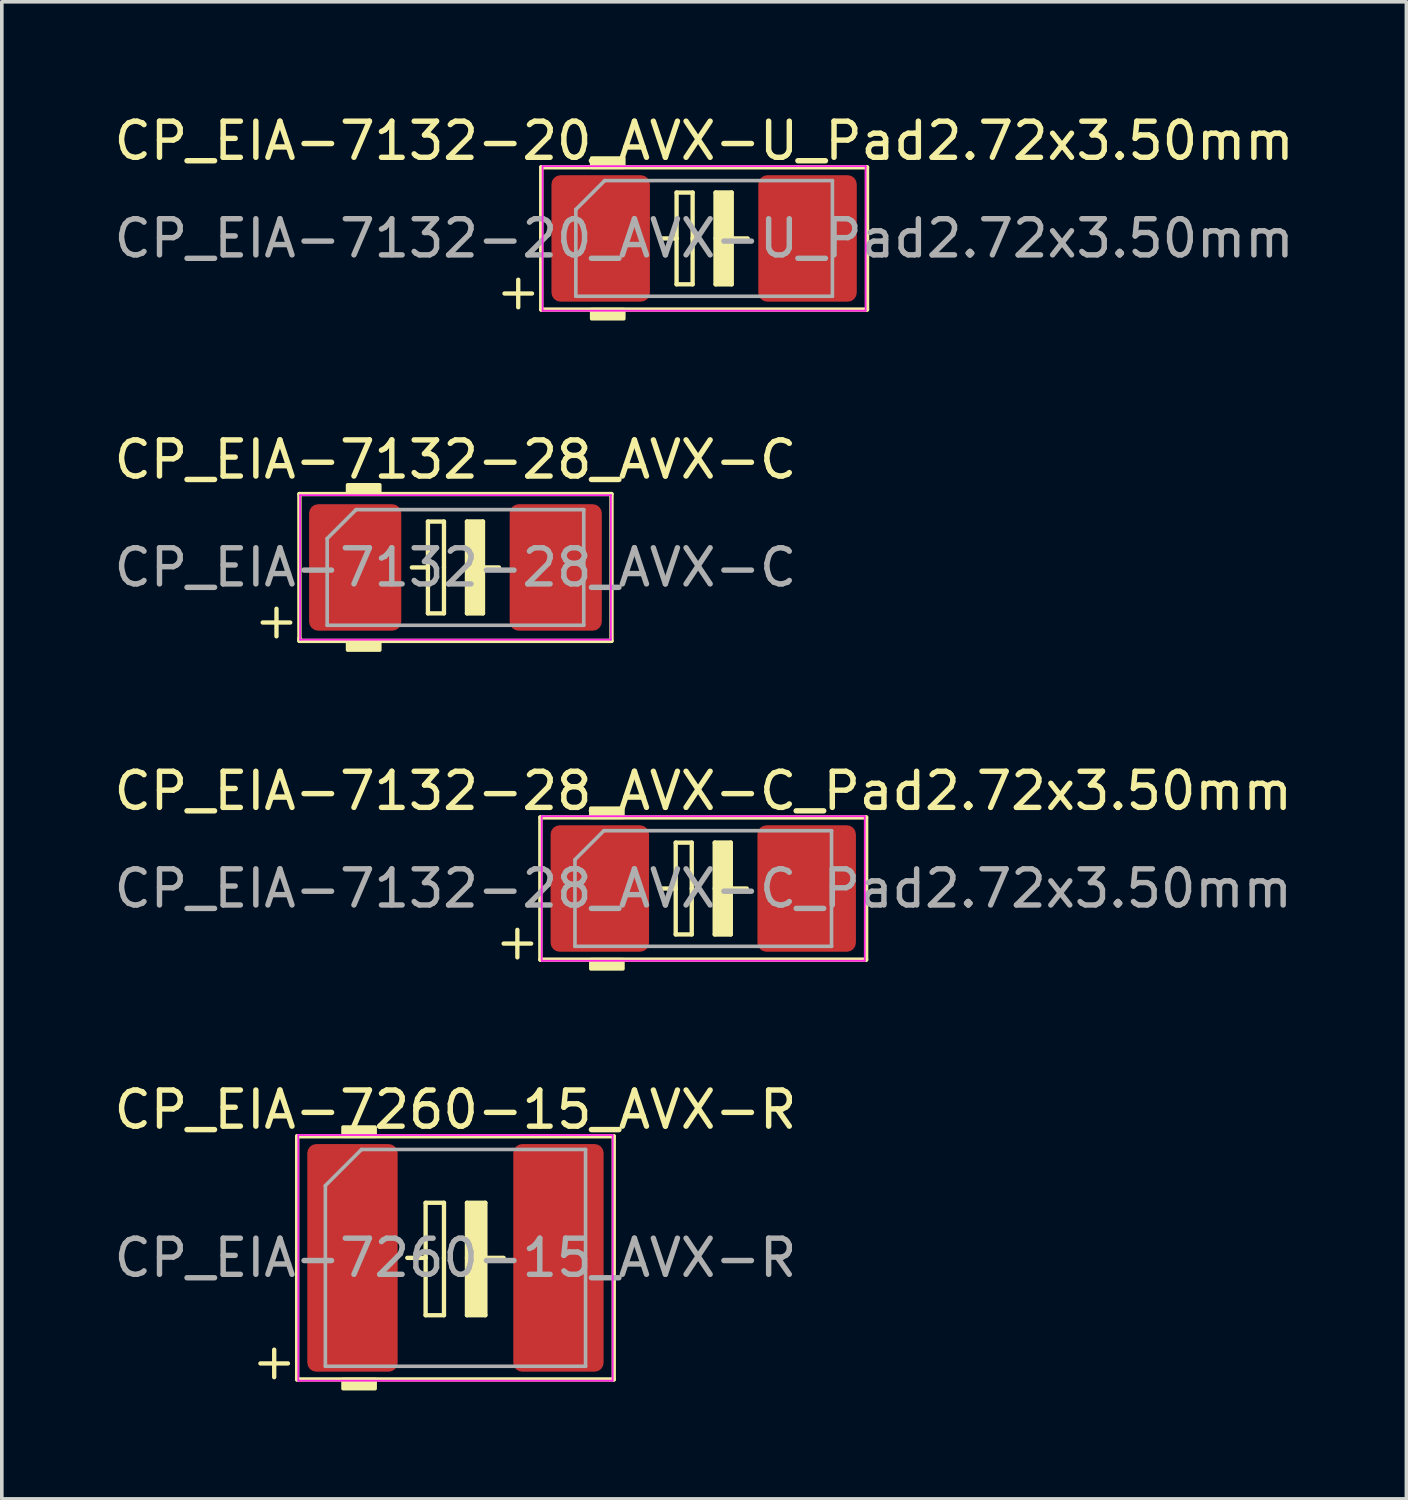
<source format=kicad_pcb>
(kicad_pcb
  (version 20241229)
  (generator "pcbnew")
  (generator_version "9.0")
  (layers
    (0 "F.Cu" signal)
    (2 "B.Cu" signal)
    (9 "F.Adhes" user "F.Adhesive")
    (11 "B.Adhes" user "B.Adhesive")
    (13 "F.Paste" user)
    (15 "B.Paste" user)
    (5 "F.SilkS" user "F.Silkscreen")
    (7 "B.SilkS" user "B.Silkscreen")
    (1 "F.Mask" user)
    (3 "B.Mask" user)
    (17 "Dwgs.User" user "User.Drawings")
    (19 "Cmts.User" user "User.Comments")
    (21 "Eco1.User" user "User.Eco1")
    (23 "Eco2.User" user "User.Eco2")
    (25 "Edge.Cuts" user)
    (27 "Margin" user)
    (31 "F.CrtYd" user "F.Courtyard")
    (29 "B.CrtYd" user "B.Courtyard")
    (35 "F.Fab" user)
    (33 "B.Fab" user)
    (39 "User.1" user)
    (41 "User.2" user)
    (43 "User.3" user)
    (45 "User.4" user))
  (footprint "CP_EIA-7132-28_AVX-C"
    (layer "F.Cu")
    (at 9.554 12.653)
    (property "Reference" "CP_EIA-7132-28_AVX-C" (at 0 -2.985 0) (layer "F.SilkS") (effects (font (size 1 1) (thickness 0.15))))
    (attr smd)
    (fp_line (start -5.334 1.524) (end -4.572 1.524) (stroke (width 0.12) (type solid)) (layer "F.SilkS"))
    (fp_line (start -4.953 1.143) (end -4.953 1.905) (stroke (width 0.12) (type solid)) (layer "F.SilkS"))
    (fp_line (start -4.318 -2.032) (end -4.318 1.968) (stroke (width 0.12) (type solid)) (layer "F.SilkS"))
    (fp_line (start -4.318 1.968) (end -4.318 2.032) (stroke (width 0.12) (type solid)) (layer "F.SilkS"))
    (fp_line (start -4.318 2.032) (end 4.318 2.032) (stroke (width 0.12) (type solid)) (layer "F.SilkS"))
    (fp_line (start -0.762 -1.27) (end -0.762 0) (stroke (width 0.12) (type solid)) (layer "F.SilkS"))
    (fp_line (start -0.762 0) (end -1.206 0) (stroke (width 0.12) (type solid)) (layer "F.SilkS"))
    (fp_line (start -0.762 1.27) (end -0.762 0) (stroke (width 0.12) (type solid)) (layer "F.SilkS"))
    (fp_line (start -0.318 -1.27) (end -0.762 -1.27) (stroke (width 0.12) (type solid)) (layer "F.SilkS"))
    (fp_line (start -0.318 -1.27) (end -0.318 0) (stroke (width 0.12) (type solid)) (layer "F.SilkS"))
    (fp_line (start -0.318 1.27) (end -0.762 1.27) (stroke (width 0.12) (type solid)) (layer "F.SilkS"))
    (fp_line (start -0.318 1.27) (end -0.318 0) (stroke (width 0.12) (type solid)) (layer "F.SilkS"))
    (fp_line (start 0.318 -1.27) (end 0.318 0) (stroke (width 0.12) (type solid)) (layer "F.SilkS"))
    (fp_line (start 0.318 1.27) (end 0.318 0) (stroke (width 0.12) (type solid)) (layer "F.SilkS"))
    (fp_line (start 0.762 -1.27) (end 0.318 -1.27) (stroke (width 0.12) (type solid)) (layer "F.SilkS"))
    (fp_line (start 0.762 -1.27) (end 0.762 0) (stroke (width 0.12) (type solid)) (layer "F.SilkS"))
    (fp_line (start 0.762 0) (end 1.206 0) (stroke (width 0.12) (type solid)) (layer "F.SilkS"))
    (fp_line (start 0.762 1.27) (end 0.318 1.27) (stroke (width 0.12) (type solid)) (layer "F.SilkS"))
    (fp_line (start 0.762 1.27) (end 0.762 0) (stroke (width 0.12) (type solid)) (layer "F.SilkS"))
    (fp_line (start 4.318 -2.032) (end -4.318 -2.032) (stroke (width 0.12) (type solid)) (layer "F.SilkS"))
    (fp_line (start 4.318 2.032) (end 4.318 -2.032) (stroke (width 0.12) (type solid)) (layer "F.SilkS"))
    (fp_poly (pts (xy -2.095 -2.032) (xy -2.985 -2.032) (xy -2.985 -2.286) (xy -2.095 -2.286)) (stroke (width 0.1) (type solid)) (fill yes) (layer "F.SilkS"))
    (fp_poly (pts (xy -2.095 2.286) (xy -2.985 2.286) (xy -2.985 2.032) (xy -2.095 2.032)) (stroke (width 0.1) (type solid)) (fill yes) (layer "F.SilkS"))
    (fp_poly (pts (xy 0.762 1.27) (xy 0.318 1.27) (xy 0.318 -1.27) (xy 0.762 -1.27)) (stroke (width 0.1) (type solid)) (fill yes) (layer "F.SilkS"))
    (fp_line (start -4.3 -2) (end 4.3 -2) (stroke (width 0.05) (type solid)) (layer "F.CrtYd"))
    (fp_line (start -4.3 2) (end -4.3 -2) (stroke (width 0.05) (type solid)) (layer "F.CrtYd"))
    (fp_line (start 4.3 -2) (end 4.3 2) (stroke (width 0.05) (type solid)) (layer "F.CrtYd"))
    (fp_line (start 4.3 2) (end -4.3 2) (stroke (width 0.05) (type solid)) (layer "F.CrtYd"))
    (fp_line (start -3.55 -0.8) (end -3.55 1.6) (stroke (width 0.1) (type solid)) (layer "F.Fab"))
    (fp_line (start -3.55 1.6) (end 3.55 1.6) (stroke (width 0.1) (type solid)) (layer "F.Fab"))
    (fp_line (start -2.75 -1.6) (end -3.55 -0.8) (stroke (width 0.1) (type solid)) (layer "F.Fab"))
    (fp_line (start 3.55 -1.6) (end -2.75 -1.6) (stroke (width 0.1) (type solid)) (layer "F.Fab"))
    (fp_line (start 3.55 1.6) (end 3.55 -1.6) (stroke (width 0.1) (type solid)) (layer "F.Fab"))
    (fp_text user "${REFERENCE}" (at 0 0 0) (layer "F.Fab") (effects (font (size 1 1) (thickness 0.15))))
    (pad "1" smd roundrect (at -2.775 0) (size 2.55 3.5) (layers "F.Cu" "F.Mask" "F.Paste") (roundrect_rratio 0.098))
    (pad "2" smd roundrect (at 2.775 0) (size 2.55 3.5) (layers "F.Cu" "F.Mask" "F.Paste") (roundrect_rratio 0.098)))
  (footprint "CP_EIA-7132-28_AVX-C_Pad2.72x3.50mm"
    (layer "F.Cu")
    (at 16.411 21.538)
    (property "Reference" "CP_EIA-7132-28_AVX-C_Pad2.72x3.50mm" (at 0 -2.7 0) (layer "F.SilkS") (effects (font (size 1 1) (thickness 0.15))))
    (attr smd)
    (fp_line (start -5.524 1.524) (end -4.763 1.524) (stroke (width 0.12) (type solid)) (layer "F.SilkS"))
    (fp_line (start -5.144 1.143) (end -5.144 1.905) (stroke (width 0.12) (type solid)) (layer "F.SilkS"))
    (fp_line (start -4.508 -1.968) (end 4.508 -1.968) (stroke (width 0.12) (type solid)) (layer "F.SilkS"))
    (fp_line (start -4.508 1.968) (end -4.508 -1.968) (stroke (width 0.12) (type solid)) (layer "F.SilkS"))
    (fp_line (start -0.762 -1.27) (end -0.762 0) (stroke (width 0.12) (type solid)) (layer "F.SilkS"))
    (fp_line (start -0.762 0) (end -1.206 0) (stroke (width 0.12) (type solid)) (layer "F.SilkS"))
    (fp_line (start -0.762 1.27) (end -0.762 0) (stroke (width 0.12) (type solid)) (layer "F.SilkS"))
    (fp_line (start -0.318 -1.27) (end -0.762 -1.27) (stroke (width 0.12) (type solid)) (layer "F.SilkS"))
    (fp_line (start -0.318 -1.27) (end -0.318 0) (stroke (width 0.12) (type solid)) (layer "F.SilkS"))
    (fp_line (start -0.318 1.27) (end -0.762 1.27) (stroke (width 0.12) (type solid)) (layer "F.SilkS"))
    (fp_line (start -0.318 1.27) (end -0.318 0) (stroke (width 0.12) (type solid)) (layer "F.SilkS"))
    (fp_line (start 0.318 -1.27) (end 0.318 0) (stroke (width 0.12) (type solid)) (layer "F.SilkS"))
    (fp_line (start 0.318 1.27) (end 0.318 0) (stroke (width 0.12) (type solid)) (layer "F.SilkS"))
    (fp_line (start 0.762 -1.27) (end 0.318 -1.27) (stroke (width 0.12) (type solid)) (layer "F.SilkS"))
    (fp_line (start 0.762 -1.27) (end 0.762 0) (stroke (width 0.12) (type solid)) (layer "F.SilkS"))
    (fp_line (start 0.762 0) (end 1.206 0) (stroke (width 0.12) (type solid)) (layer "F.SilkS"))
    (fp_line (start 0.762 1.27) (end 0.318 1.27) (stroke (width 0.12) (type solid)) (layer "F.SilkS"))
    (fp_line (start 0.762 1.27) (end 0.762 0) (stroke (width 0.12) (type solid)) (layer "F.SilkS"))
    (fp_line (start 4.508 -1.968) (end 4.508 1.968) (stroke (width 0.12) (type solid)) (layer "F.SilkS"))
    (fp_line (start 4.508 1.968) (end -4.508 1.968) (stroke (width 0.12) (type solid)) (layer "F.SilkS"))
    (fp_poly (pts (xy -2.223 -1.968) (xy -3.111 -1.968) (xy -3.111 -2.223) (xy -2.223 -2.223)) (stroke (width 0.1) (type solid)) (fill yes) (layer "F.SilkS"))
    (fp_poly (pts (xy -2.223 2.223) (xy -3.111 2.223) (xy -3.111 1.968) (xy -2.223 1.968)) (stroke (width 0.1) (type solid)) (fill yes) (layer "F.SilkS"))
    (fp_poly (pts (xy 0.762 1.27) (xy 0.318 1.27) (xy 0.318 -1.27) (xy 0.762 -1.27)) (stroke (width 0.1) (type solid)) (fill yes) (layer "F.SilkS"))
    (fp_line (start -4.47 -2) (end 4.47 -2) (stroke (width 0.05) (type solid)) (layer "F.CrtYd"))
    (fp_line (start -4.47 2) (end -4.47 -2) (stroke (width 0.05) (type solid)) (layer "F.CrtYd"))
    (fp_line (start 4.47 -2) (end 4.47 2) (stroke (width 0.05) (type solid)) (layer "F.CrtYd"))
    (fp_line (start 4.47 2) (end -4.47 2) (stroke (width 0.05) (type solid)) (layer "F.CrtYd"))
    (fp_line (start -3.55 -0.8) (end -3.55 1.6) (stroke (width 0.1) (type solid)) (layer "F.Fab"))
    (fp_line (start -3.55 1.6) (end 3.55 1.6) (stroke (width 0.1) (type solid)) (layer "F.Fab"))
    (fp_line (start -2.75 -1.6) (end -3.55 -0.8) (stroke (width 0.1) (type solid)) (layer "F.Fab"))
    (fp_line (start 3.55 -1.6) (end -2.75 -1.6) (stroke (width 0.1) (type solid)) (layer "F.Fab"))
    (fp_line (start 3.55 1.6) (end 3.55 -1.6) (stroke (width 0.1) (type solid)) (layer "F.Fab"))
    (fp_text user "${REFERENCE}" (at 0 0 0) (layer "F.Fab") (effects (font (size 1 1) (thickness 0.15))))
    (pad "1" smd roundrect (at -2.862 0) (size 2.725 3.5) (layers "F.Cu" "F.Mask" "F.Paste") (roundrect_rratio 0.092))
    (pad "2" smd roundrect (at 2.862 0) (size 2.725 3.5) (layers "F.Cu" "F.Mask" "F.Paste") (roundrect_rratio 0.092)))
  (footprint "CP_EIA-7260-15_AVX-R"
    (layer "F.Cu")
    (at 9.554 31.759)
    (property "Reference" "CP_EIA-7260-15_AVX-R" (at 0 -4.1 0) (layer "F.SilkS") (effects (font (size 1 1) (thickness 0.15))))
    (attr smd)
    (fp_line (start -5.397 2.921) (end -4.636 2.921) (stroke (width 0.12) (type solid)) (layer "F.SilkS"))
    (fp_line (start -5.016 2.54) (end -5.016 3.302) (stroke (width 0.12) (type solid)) (layer "F.SilkS"))
    (fp_line (start -4.381 -3.365) (end 4.381 -3.365) (stroke (width 0.12) (type solid)) (layer "F.SilkS"))
    (fp_line (start -4.381 3.365) (end -4.381 -3.365) (stroke (width 0.12) (type solid)) (layer "F.SilkS"))
    (fp_line (start -1.333 0) (end -0.826 0) (stroke (width 0.12) (type solid)) (layer "F.SilkS"))
    (fp_line (start -0.826 -1.524) (end -0.826 0) (stroke (width 0.12) (type solid)) (layer "F.SilkS"))
    (fp_line (start -0.826 1.587) (end -0.826 0) (stroke (width 0.12) (type solid)) (layer "F.SilkS"))
    (fp_line (start -0.826 1.587) (end -0.318 1.587) (stroke (width 0.12) (type solid)) (layer "F.SilkS"))
    (fp_line (start -0.318 -1.524) (end -0.826 -1.524) (stroke (width 0.12) (type solid)) (layer "F.SilkS"))
    (fp_line (start -0.318 -1.524) (end -0.318 0) (stroke (width 0.12) (type solid)) (layer "F.SilkS"))
    (fp_line (start -0.318 1.587) (end -0.318 0) (stroke (width 0.12) (type solid)) (layer "F.SilkS"))
    (fp_line (start 0.318 -1.524) (end 0.318 0) (stroke (width 0.12) (type solid)) (layer "F.SilkS"))
    (fp_line (start 0.318 1.587) (end 0.318 0) (stroke (width 0.12) (type solid)) (layer "F.SilkS"))
    (fp_line (start 0.318 1.587) (end 0.826 1.587) (stroke (width 0.12) (type solid)) (layer "F.SilkS"))
    (fp_line (start 0.826 -1.524) (end 0.318 -1.524) (stroke (width 0.12) (type solid)) (layer "F.SilkS"))
    (fp_line (start 0.826 -1.524) (end 0.826 0) (stroke (width 0.12) (type solid)) (layer "F.SilkS"))
    (fp_line (start 0.826 0) (end 1.333 0) (stroke (width 0.12) (type solid)) (layer "F.SilkS"))
    (fp_line (start 0.826 1.587) (end 0.826 0) (stroke (width 0.12) (type solid)) (layer "F.SilkS"))
    (fp_line (start 4.381 -3.365) (end 4.381 3.365) (stroke (width 0.12) (type solid)) (layer "F.SilkS"))
    (fp_line (start 4.381 3.365) (end -4.381 3.365) (stroke (width 0.12) (type solid)) (layer "F.SilkS"))
    (fp_poly (pts (xy -2.223 -3.365) (xy -3.111 -3.365) (xy -3.111 -3.619) (xy -2.223 -3.619)) (stroke (width 0.1) (type solid)) (fill yes) (layer "F.SilkS"))
    (fp_poly (pts (xy -2.223 3.619) (xy -3.111 3.619) (xy -3.111 3.365) (xy -2.223 3.365)) (stroke (width 0.1) (type solid)) (fill yes) (layer "F.SilkS"))
    (fp_poly (pts (xy 0.826 1.587) (xy 0.318 1.587) (xy 0.318 -1.524) (xy 0.826 -1.524)) (stroke (width 0.1) (type solid)) (fill yes) (layer "F.SilkS"))
    (fp_line (start -4.35 -3.4) (end 4.35 -3.4) (stroke (width 0.05) (type solid)) (layer "F.CrtYd"))
    (fp_line (start -4.35 3.4) (end -4.35 -3.4) (stroke (width 0.05) (type solid)) (layer "F.CrtYd"))
    (fp_line (start 4.35 -3.4) (end 4.35 3.4) (stroke (width 0.05) (type solid)) (layer "F.CrtYd"))
    (fp_line (start 4.35 3.4) (end -4.35 3.4) (stroke (width 0.05) (type solid)) (layer "F.CrtYd"))
    (fp_line (start -3.6 -2) (end -3.6 3) (stroke (width 0.1) (type solid)) (layer "F.Fab"))
    (fp_line (start -3.6 3) (end 3.6 3) (stroke (width 0.1) (type solid)) (layer "F.Fab"))
    (fp_line (start -2.6 -3) (end -3.6 -2) (stroke (width 0.1) (type solid)) (layer "F.Fab"))
    (fp_line (start 3.6 -3) (end -2.6 -3) (stroke (width 0.1) (type solid)) (layer "F.Fab"))
    (fp_line (start 3.6 3) (end 3.6 -3) (stroke (width 0.1) (type solid)) (layer "F.Fab"))
    (fp_text user "${REFERENCE}" (at 0 0 0) (layer "F.Fab") (effects (font (size 1 1) (thickness 0.15))))
    (pad "1" smd roundrect (at -2.85 0) (size 2.5 6.3) (layers "F.Cu" "F.Mask" "F.Paste") (roundrect_rratio 0.1))
    (pad "2" smd roundrect (at 2.85 0) (size 2.5 6.3) (layers "F.Cu" "F.Mask" "F.Paste") (roundrect_rratio 0.1)))
  (footprint "CP_EIA-7132-20_AVX-U_Pad2.72x3.50mm"
    (layer "F.Cu")
    (at 16.435 3.548)
    (property "Reference" "CP_EIA-7132-20_AVX-U_Pad2.72x3.50mm" (at 0 -2.7 0) (layer "F.SilkS") (effects (font (size 1 1) (thickness 0.15))))
    (attr smd)
    (fp_line (start -5.524 1.524) (end -4.763 1.524) (stroke (width 0.12) (type solid)) (layer "F.SilkS"))
    (fp_line (start -5.144 1.143) (end -5.144 1.905) (stroke (width 0.12) (type solid)) (layer "F.SilkS"))
    (fp_line (start -4.508 -1.968) (end 4.508 -1.968) (stroke (width 0.12) (type solid)) (layer "F.SilkS"))
    (fp_line (start -4.508 1.968) (end -4.508 -1.968) (stroke (width 0.12) (type solid)) (layer "F.SilkS"))
    (fp_line (start -0.762 -1.27) (end -0.762 0) (stroke (width 0.12) (type solid)) (layer "F.SilkS"))
    (fp_line (start -0.762 0) (end -1.206 0) (stroke (width 0.12) (type solid)) (layer "F.SilkS"))
    (fp_line (start -0.762 1.27) (end -0.762 0) (stroke (width 0.12) (type solid)) (layer "F.SilkS"))
    (fp_line (start -0.318 -1.27) (end -0.762 -1.27) (stroke (width 0.12) (type solid)) (layer "F.SilkS"))
    (fp_line (start -0.318 -1.27) (end -0.318 0) (stroke (width 0.12) (type solid)) (layer "F.SilkS"))
    (fp_line (start -0.318 1.27) (end -0.762 1.27) (stroke (width 0.12) (type solid)) (layer "F.SilkS"))
    (fp_line (start -0.318 1.27) (end -0.318 0) (stroke (width 0.12) (type solid)) (layer "F.SilkS"))
    (fp_line (start 0.318 -1.27) (end 0.318 0) (stroke (width 0.12) (type solid)) (layer "F.SilkS"))
    (fp_line (start 0.318 1.27) (end 0.318 0) (stroke (width 0.12) (type solid)) (layer "F.SilkS"))
    (fp_line (start 0.762 -1.27) (end 0.318 -1.27) (stroke (width 0.12) (type solid)) (layer "F.SilkS"))
    (fp_line (start 0.762 -1.27) (end 0.762 0) (stroke (width 0.12) (type solid)) (layer "F.SilkS"))
    (fp_line (start 0.762 0) (end 1.206 0) (stroke (width 0.12) (type solid)) (layer "F.SilkS"))
    (fp_line (start 0.762 1.27) (end 0.318 1.27) (stroke (width 0.12) (type solid)) (layer "F.SilkS"))
    (fp_line (start 0.762 1.27) (end 0.762 0) (stroke (width 0.12) (type solid)) (layer "F.SilkS"))
    (fp_line (start 4.508 -1.968) (end 4.508 1.968) (stroke (width 0.12) (type solid)) (layer "F.SilkS"))
    (fp_line (start 4.508 1.968) (end -4.508 1.968) (stroke (width 0.12) (type solid)) (layer "F.SilkS"))
    (fp_poly (pts (xy -2.223 -1.968) (xy -3.111 -1.968) (xy -3.111 -2.223) (xy -2.223 -2.223)) (stroke (width 0.1) (type solid)) (fill yes) (layer "F.SilkS"))
    (fp_poly (pts (xy -2.223 2.223) (xy -3.111 2.223) (xy -3.111 1.968) (xy -2.223 1.968)) (stroke (width 0.1) (type solid)) (fill yes) (layer "F.SilkS"))
    (fp_poly (pts (xy 0.762 1.27) (xy 0.318 1.27) (xy 0.318 -1.27) (xy 0.762 -1.27)) (stroke (width 0.1) (type solid)) (fill yes) (layer "F.SilkS"))
    (fp_line (start -4.47 -2) (end 4.47 -2) (stroke (width 0.05) (type solid)) (layer "F.CrtYd"))
    (fp_line (start -4.47 2) (end -4.47 -2) (stroke (width 0.05) (type solid)) (layer "F.CrtYd"))
    (fp_line (start 4.47 -2) (end 4.47 2) (stroke (width 0.05) (type solid)) (layer "F.CrtYd"))
    (fp_line (start 4.47 2) (end -4.47 2) (stroke (width 0.05) (type solid)) (layer "F.CrtYd"))
    (fp_line (start -3.55 -0.8) (end -3.55 1.6) (stroke (width 0.1) (type solid)) (layer "F.Fab"))
    (fp_line (start -3.55 1.6) (end 3.55 1.6) (stroke (width 0.1) (type solid)) (layer "F.Fab"))
    (fp_line (start -2.75 -1.6) (end -3.55 -0.8) (stroke (width 0.1) (type solid)) (layer "F.Fab"))
    (fp_line (start 3.55 -1.6) (end -2.75 -1.6) (stroke (width 0.1) (type solid)) (layer "F.Fab"))
    (fp_line (start 3.55 1.6) (end 3.55 -1.6) (stroke (width 0.1) (type solid)) (layer "F.Fab"))
    (fp_text user "${REFERENCE}" (at 0 0 0) (layer "F.Fab") (effects (font (size 1 1) (thickness 0.15))))
    (pad "1" smd roundrect (at -2.862 0) (size 2.725 3.5) (layers "F.Cu" "F.Mask" "F.Paste") (roundrect_rratio 0.092))
    (pad "2" smd roundrect (at 2.862 0) (size 2.725 3.5) (layers "F.Cu" "F.Mask" "F.Paste") (roundrect_rratio 0.092)))
  (gr_rect
    (start -3 -3)
    (end 35.869 38.428)
    (stroke (width 0.1) (type default))
    (fill no)
    (layer "Edge.Cuts")))
</source>
